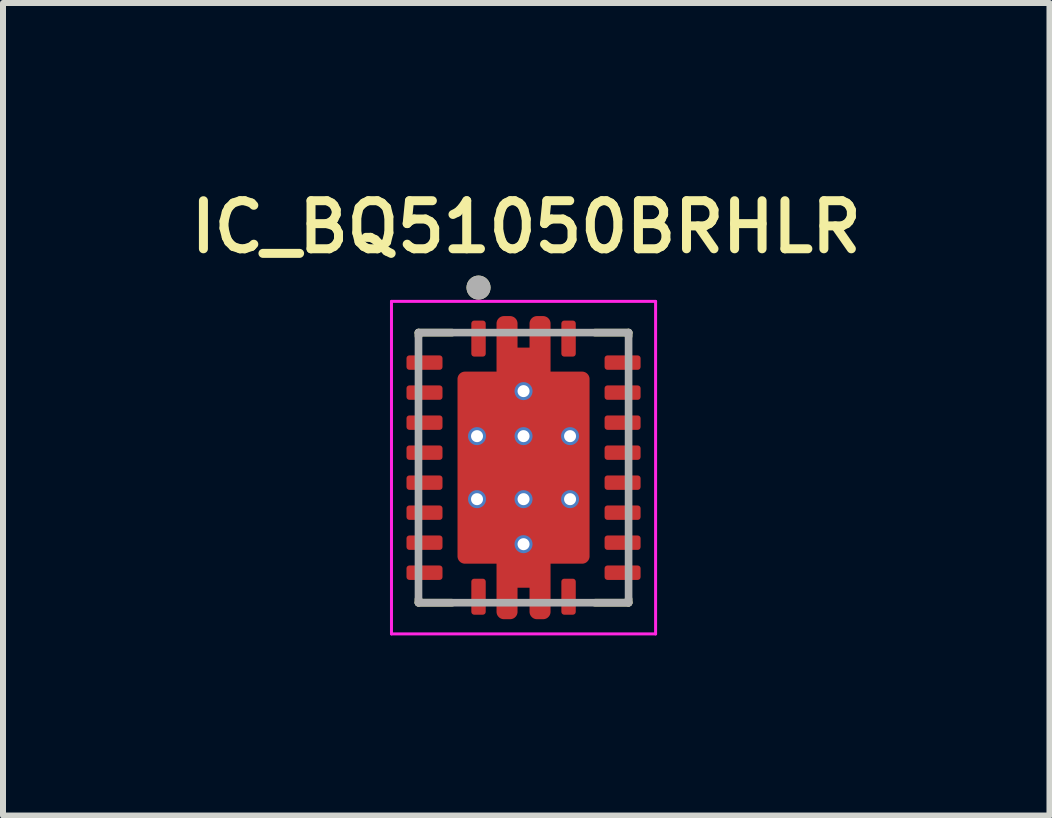
<source format=kicad_pcb>
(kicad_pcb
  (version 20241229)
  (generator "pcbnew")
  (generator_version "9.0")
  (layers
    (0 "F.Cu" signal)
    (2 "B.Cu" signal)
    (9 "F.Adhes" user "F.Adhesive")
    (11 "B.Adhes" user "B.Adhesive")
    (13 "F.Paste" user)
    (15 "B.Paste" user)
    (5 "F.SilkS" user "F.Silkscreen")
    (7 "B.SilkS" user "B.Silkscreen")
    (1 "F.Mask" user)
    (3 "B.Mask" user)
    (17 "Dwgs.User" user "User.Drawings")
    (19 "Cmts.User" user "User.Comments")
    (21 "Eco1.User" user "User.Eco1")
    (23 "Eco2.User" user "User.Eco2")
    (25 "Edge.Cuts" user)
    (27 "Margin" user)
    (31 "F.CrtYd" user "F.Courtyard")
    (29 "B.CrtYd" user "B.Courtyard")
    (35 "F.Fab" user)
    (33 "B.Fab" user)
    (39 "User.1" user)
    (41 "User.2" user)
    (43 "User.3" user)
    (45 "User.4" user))
  (footprint "IC_BQ51050BRHLR"
    (layer "F.Cu")
    (at 5.672 4.741)
    (property "Reference" "IC_BQ51050BRHLR" (at 0.045 -4.009 0) (layer "F.SilkS") (effects (font (size 0.801 0.801) (thickness 0.15))))
    (attr smd)
    (fp_poly (pts (xy -0.375 -1.525) (xy -0.375 -2.4) (xy -0.375 -2.403) (xy -0.375 -2.405) (xy -0.374 -2.408) (xy -0.374 -2.41) (xy -0.373 -2.413) (xy -0.373 -2.415) (xy -0.372 -2.418) (xy -0.371 -2.42) (xy -0.37 -2.423) (xy -0.368 -2.425) (xy -0.367 -2.427) (xy -0.365 -2.429) (xy -0.364 -2.431) (xy -0.362 -2.433) (xy -0.36 -2.435) (xy -0.358 -2.437) (xy -0.356 -2.439) (xy -0.354 -2.44) (xy -0.352 -2.442) (xy -0.35 -2.443) (xy -0.348 -2.445) (xy -0.345 -2.446) (xy -0.343 -2.447) (xy -0.34 -2.448) (xy -0.338 -2.448) (xy -0.335 -2.449) (xy -0.333 -2.449) (xy -0.33 -2.45) (xy -0.328 -2.45) (xy -0.325 -2.45) (xy -0.225 -2.45) (xy -0.222 -2.45) (xy -0.22 -2.45) (xy -0.217 -2.449) (xy -0.215 -2.449) (xy -0.212 -2.448) (xy -0.21 -2.448) (xy -0.207 -2.447) (xy -0.205 -2.446) (xy -0.202 -2.445) (xy -0.2 -2.443) (xy -0.198 -2.442) (xy -0.196 -2.44) (xy -0.194 -2.439) (xy -0.192 -2.437) (xy -0.19 -2.435) (xy -0.188 -2.433) (xy -0.186 -2.431) (xy -0.185 -2.429) (xy -0.183 -2.427) (xy -0.182 -2.425) (xy -0.18 -2.423) (xy -0.179 -2.42) (xy -0.178 -2.418) (xy -0.177 -2.415) (xy -0.177 -2.413) (xy -0.176 -2.41) (xy -0.176 -2.408) (xy -0.175 -2.405) (xy -0.175 -2.403) (xy -0.175 -2.4) (xy -0.175 -1.925) (xy 0.175 -1.925) (xy 0.175 -2.4) (xy 0.175 -2.403) (xy 0.175 -2.405) (xy 0.176 -2.408) (xy 0.176 -2.41) (xy 0.177 -2.413) (xy 0.177 -2.415) (xy 0.178 -2.418) (xy 0.179 -2.42) (xy 0.18 -2.423) (xy 0.182 -2.425) (xy 0.183 -2.427) (xy 0.185 -2.429) (xy 0.186 -2.431) (xy 0.188 -2.433) (xy 0.19 -2.435) (xy 0.192 -2.437) (xy 0.194 -2.439) (xy 0.196 -2.44) (xy 0.198 -2.442) (xy 0.2 -2.443) (xy 0.202 -2.445) (xy 0.205 -2.446) (xy 0.207 -2.447) (xy 0.21 -2.448) (xy 0.212 -2.448) (xy 0.215 -2.449) (xy 0.217 -2.449) (xy 0.22 -2.45) (xy 0.222 -2.45) (xy 0.225 -2.45) (xy 0.325 -2.45) (xy 0.328 -2.45) (xy 0.33 -2.45) (xy 0.333 -2.449) (xy 0.335 -2.449) (xy 0.338 -2.448) (xy 0.34 -2.448) (xy 0.343 -2.447) (xy 0.345 -2.446) (xy 0.348 -2.445) (xy 0.35 -2.443) (xy 0.352 -2.442) (xy 0.354 -2.44) (xy 0.356 -2.439) (xy 0.358 -2.437) (xy 0.36 -2.435) (xy 0.362 -2.433) (xy 0.364 -2.431) (xy 0.365 -2.429) (xy 0.367 -2.427) (xy 0.368 -2.425) (xy 0.37 -2.423) (xy 0.371 -2.42) (xy 0.372 -2.418) (xy 0.373 -2.415) (xy 0.373 -2.413) (xy 0.374 -2.41) (xy 0.374 -2.408) (xy 0.375 -2.405) (xy 0.375 -2.403) (xy 0.375 -2.4) (xy 0.375 -1.525) (xy 0.975 -1.525) (xy 0.978 -1.525) (xy 0.98 -1.525) (xy 0.983 -1.524) (xy 0.985 -1.524) (xy 0.988 -1.523) (xy 0.99 -1.523) (xy 0.993 -1.522) (xy 0.995 -1.521) (xy 0.998 -1.52) (xy 1 -1.518) (xy 1.002 -1.517) (xy 1.004 -1.515) (xy 1.006 -1.514) (xy 1.008 -1.512) (xy 1.01 -1.51) (xy 1.012 -1.508) (xy 1.014 -1.506) (xy 1.015 -1.504) (xy 1.017 -1.502) (xy 1.018 -1.5) (xy 1.02 -1.498) (xy 1.021 -1.495) (xy 1.022 -1.493) (xy 1.023 -1.49) (xy 1.023 -1.488) (xy 1.024 -1.485) (xy 1.024 -1.483) (xy 1.025 -1.48) (xy 1.025 -1.478) (xy 1.025 -1.475) (xy 1.025 1.475) (xy 1.025 1.478) (xy 1.025 1.48) (xy 1.024 1.483) (xy 1.024 1.485) (xy 1.023 1.488) (xy 1.023 1.49) (xy 1.022 1.493) (xy 1.021 1.495) (xy 1.02 1.498) (xy 1.018 1.5) (xy 1.017 1.502) (xy 1.015 1.504) (xy 1.014 1.506) (xy 1.012 1.508) (xy 1.01 1.51) (xy 1.008 1.512) (xy 1.006 1.514) (xy 1.004 1.515) (xy 1.002 1.517) (xy 1 1.518) (xy 0.998 1.52) (xy 0.995 1.521) (xy 0.993 1.522) (xy 0.99 1.523) (xy 0.988 1.523) (xy 0.985 1.524) (xy 0.983 1.524) (xy 0.98 1.525) (xy 0.978 1.525) (xy 0.975 1.525) (xy 0.375 1.525) (xy 0.375 2.4) (xy 0.375 2.403) (xy 0.375 2.405) (xy 0.374 2.408) (xy 0.374 2.41) (xy 0.373 2.413) (xy 0.373 2.415) (xy 0.372 2.418) (xy 0.371 2.42) (xy 0.37 2.423) (xy 0.368 2.425) (xy 0.367 2.427) (xy 0.365 2.429) (xy 0.364 2.431) (xy 0.362 2.433) (xy 0.36 2.435) (xy 0.358 2.437) (xy 0.356 2.439) (xy 0.354 2.44) (xy 0.352 2.442) (xy 0.35 2.443) (xy 0.348 2.445) (xy 0.345 2.446) (xy 0.343 2.447) (xy 0.34 2.448) (xy 0.338 2.448) (xy 0.335 2.449) (xy 0.333 2.449) (xy 0.33 2.45) (xy 0.328 2.45) (xy 0.325 2.45) (xy 0.225 2.45) (xy 0.222 2.45) (xy 0.22 2.45) (xy 0.217 2.449) (xy 0.215 2.449) (xy 0.212 2.448) (xy 0.21 2.448) (xy 0.207 2.447) (xy 0.205 2.446) (xy 0.202 2.445) (xy 0.2 2.443) (xy 0.198 2.442) (xy 0.196 2.44) (xy 0.194 2.439) (xy 0.192 2.437) (xy 0.19 2.435) (xy 0.188 2.433) (xy 0.186 2.431) (xy 0.185 2.429) (xy 0.183 2.427) (xy 0.182 2.425) (xy 0.18 2.423) (xy 0.179 2.42) (xy 0.178 2.418) (xy 0.177 2.415) (xy 0.177 2.413) (xy 0.176 2.41) (xy 0.176 2.408) (xy 0.175 2.405) (xy 0.175 2.403) (xy 0.175 2.4) (xy 0.175 1.925) (xy -0.175 1.925) (xy -0.175 2.4) (xy -0.175 2.403) (xy -0.175 2.405) (xy -0.176 2.408) (xy -0.176 2.41) (xy -0.177 2.413) (xy -0.177 2.415) (xy -0.178 2.418) (xy -0.179 2.42) (xy -0.18 2.423) (xy -0.182 2.425) (xy -0.183 2.427) (xy -0.185 2.429) (xy -0.186 2.431) (xy -0.188 2.433) (xy -0.19 2.435) (xy -0.192 2.437) (xy -0.194 2.439) (xy -0.196 2.44) (xy -0.198 2.442) (xy -0.2 2.443) (xy -0.202 2.445) (xy -0.205 2.446) (xy -0.207 2.447) (xy -0.21 2.448) (xy -0.212 2.448) (xy -0.215 2.449) (xy -0.217 2.449) (xy -0.22 2.45) (xy -0.222 2.45) (xy -0.225 2.45) (xy -0.325 2.45) (xy -0.328 2.45) (xy -0.33 2.45) (xy -0.333 2.449) (xy -0.335 2.449) (xy -0.338 2.448) (xy -0.34 2.448) (xy -0.343 2.447) (xy -0.345 2.446) (xy -0.348 2.445) (xy -0.35 2.443) (xy -0.352 2.442) (xy -0.354 2.44) (xy -0.356 2.439) (xy -0.358 2.437) (xy -0.36 2.435) (xy -0.362 2.433) (xy -0.364 2.431) (xy -0.365 2.429) (xy -0.367 2.427) (xy -0.368 2.425) (xy -0.37 2.423) (xy -0.371 2.42) (xy -0.372 2.418) (xy -0.373 2.415) (xy -0.373 2.413) (xy -0.374 2.41) (xy -0.374 2.408) (xy -0.375 2.405) (xy -0.375 2.403) (xy -0.375 2.4) (xy -0.375 1.525) (xy -0.975 1.525) (xy -0.978 1.525) (xy -0.98 1.525) (xy -0.983 1.524) (xy -0.985 1.524) (xy -0.988 1.523) (xy -0.99 1.523) (xy -0.993 1.522) (xy -0.995 1.521) (xy -0.998 1.52) (xy -1 1.518) (xy -1.002 1.517) (xy -1.004 1.515) (xy -1.006 1.514) (xy -1.008 1.512) (xy -1.01 1.51) (xy -1.012 1.508) (xy -1.014 1.506) (xy -1.015 1.504) (xy -1.017 1.502) (xy -1.018 1.5) (xy -1.02 1.498) (xy -1.021 1.495) (xy -1.022 1.493) (xy -1.023 1.49) (xy -1.023 1.488) (xy -1.024 1.485) (xy -1.024 1.483) (xy -1.025 1.48) (xy -1.025 1.478) (xy -1.025 1.475) (xy -1.025 -1.475) (xy -1.025 -1.478) (xy -1.025 -1.48) (xy -1.024 -1.483) (xy -1.024 -1.485) (xy -1.023 -1.488) (xy -1.023 -1.49) (xy -1.022 -1.493) (xy -1.021 -1.495) (xy -1.02 -1.498) (xy -1.018 -1.5) (xy -1.017 -1.502) (xy -1.015 -1.504) (xy -1.014 -1.506) (xy -1.012 -1.508) (xy -1.01 -1.51) (xy -1.008 -1.512) (xy -1.006 -1.514) (xy -1.004 -1.515) (xy -1.002 -1.517) (xy -1 -1.518) (xy -0.998 -1.52) (xy -0.995 -1.521) (xy -0.993 -1.522) (xy -0.99 -1.523) (xy -0.988 -1.523) (xy -0.985 -1.524) (xy -0.983 -1.524) (xy -0.98 -1.525) (xy -0.978 -1.525) (xy -0.975 -1.525) (xy -0.375 -1.525)) (stroke (width 0.01) (type solid)) (fill yes) (layer "F.Mask"))
    (fp_line (start -1.75 -2.25) (end -1.19 -2.25) (stroke (width 0.127) (type solid)) (layer "F.SilkS"))
    (fp_line (start -1.75 -2.19) (end -1.75 -2.25) (stroke (width 0.127) (type solid)) (layer "F.SilkS"))
    (fp_line (start -1.75 2.19) (end -1.75 2.25) (stroke (width 0.127) (type solid)) (layer "F.SilkS"))
    (fp_line (start -1.75 2.25) (end -1.19 2.25) (stroke (width 0.127) (type solid)) (layer "F.SilkS"))
    (fp_line (start 1.19 -2.25) (end 1.75 -2.25) (stroke (width 0.127) (type solid)) (layer "F.SilkS"))
    (fp_line (start 1.19 2.25) (end 1.75 2.25) (stroke (width 0.127) (type solid)) (layer "F.SilkS"))
    (fp_line (start 1.75 -2.25) (end 1.75 -2.19) (stroke (width 0.127) (type solid)) (layer "F.SilkS"))
    (fp_line (start 1.75 2.25) (end 1.75 2.19) (stroke (width 0.127) (type solid)) (layer "F.SilkS"))
    (fp_circle (center -0.75 -3) (end -0.65 -3) (stroke (width 0.2) (type solid)) (fill no) (layer "F.SilkS"))
    (fp_poly (pts (xy -1.02 -1.475) (xy -0.1 -1.475) (xy -0.1 -0.625) (xy -1.02 -0.625)) (stroke (width 0.01) (type solid)) (fill yes) (layer "F.Paste"))
    (fp_poly (pts (xy -1.02 -0.425) (xy -0.1 -0.425) (xy -0.1 0.425) (xy -1.02 0.425)) (stroke (width 0.01) (type solid)) (fill yes) (layer "F.Paste"))
    (fp_poly (pts (xy -1.02 0.625) (xy -0.1 0.625) (xy -0.1 1.475) (xy -1.02 1.475)) (stroke (width 0.01) (type solid)) (fill yes) (layer "F.Paste"))
    (fp_poly (pts (xy 0.1 -1.475) (xy 1.02 -1.475) (xy 1.02 -0.625) (xy 0.1 -0.625)) (stroke (width 0.01) (type solid)) (fill yes) (layer "F.Paste"))
    (fp_poly (pts (xy 0.1 -0.425) (xy 1.02 -0.425) (xy 1.02 0.425) (xy 0.1 0.425)) (stroke (width 0.01) (type solid)) (fill yes) (layer "F.Paste"))
    (fp_poly (pts (xy 0.1 0.625) (xy 1.02 0.625) (xy 1.02 1.475) (xy 0.1 1.475)) (stroke (width 0.01) (type solid)) (fill yes) (layer "F.Paste"))
    (fp_poly (pts (xy -0.325 1.675) (xy 0.325 1.675) (xy 0.328 1.675) (xy 0.33 1.675) (xy 0.333 1.676) (xy 0.335 1.676) (xy 0.338 1.677) (xy 0.34 1.677) (xy 0.343 1.678) (xy 0.345 1.679) (xy 0.348 1.68) (xy 0.35 1.682) (xy 0.352 1.683) (xy 0.354 1.685) (xy 0.356 1.686) (xy 0.358 1.688) (xy 0.36 1.69) (xy 0.362 1.692) (xy 0.364 1.694) (xy 0.365 1.696) (xy 0.367 1.698) (xy 0.368 1.7) (xy 0.37 1.702) (xy 0.371 1.705) (xy 0.372 1.707) (xy 0.373 1.71) (xy 0.373 1.712) (xy 0.374 1.715) (xy 0.374 1.717) (xy 0.375 1.72) (xy 0.375 1.722) (xy 0.375 1.725) (xy 0.375 2.4) (xy 0.375 2.403) (xy 0.375 2.405) (xy 0.374 2.408) (xy 0.374 2.41) (xy 0.373 2.413) (xy 0.373 2.415) (xy 0.372 2.418) (xy 0.371 2.42) (xy 0.37 2.423) (xy 0.368 2.425) (xy 0.367 2.427) (xy 0.365 2.429) (xy 0.364 2.431) (xy 0.362 2.433) (xy 0.36 2.435) (xy 0.358 2.437) (xy 0.356 2.439) (xy 0.354 2.44) (xy 0.352 2.442) (xy 0.35 2.443) (xy 0.348 2.445) (xy 0.345 2.446) (xy 0.343 2.447) (xy 0.34 2.448) (xy 0.338 2.448) (xy 0.335 2.449) (xy 0.333 2.449) (xy 0.33 2.45) (xy 0.328 2.45) (xy 0.325 2.45) (xy 0.225 2.45) (xy 0.222 2.45) (xy 0.22 2.45) (xy 0.217 2.449) (xy 0.215 2.449) (xy 0.212 2.448) (xy 0.21 2.448) (xy 0.207 2.447) (xy 0.205 2.446) (xy 0.202 2.445) (xy 0.2 2.443) (xy 0.198 2.442) (xy 0.196 2.44) (xy 0.194 2.439) (xy 0.192 2.437) (xy 0.19 2.435) (xy 0.188 2.433) (xy 0.186 2.431) (xy 0.185 2.429) (xy 0.183 2.427) (xy 0.182 2.425) (xy 0.18 2.423) (xy 0.179 2.42) (xy 0.178 2.418) (xy 0.177 2.415) (xy 0.177 2.413) (xy 0.176 2.41) (xy 0.176 2.408) (xy 0.175 2.405) (xy 0.175 2.403) (xy 0.175 2.4) (xy 0.175 1.925) (xy -0.175 1.925) (xy -0.175 2.4) (xy -0.175 2.403) (xy -0.175 2.405) (xy -0.176 2.408) (xy -0.176 2.41) (xy -0.177 2.413) (xy -0.177 2.415) (xy -0.178 2.418) (xy -0.179 2.42) (xy -0.18 2.423) (xy -0.182 2.425) (xy -0.183 2.427) (xy -0.185 2.429) (xy -0.186 2.431) (xy -0.188 2.433) (xy -0.19 2.435) (xy -0.192 2.437) (xy -0.194 2.439) (xy -0.196 2.44) (xy -0.198 2.442) (xy -0.2 2.443) (xy -0.202 2.445) (xy -0.205 2.446) (xy -0.207 2.447) (xy -0.21 2.448) (xy -0.212 2.448) (xy -0.215 2.449) (xy -0.217 2.449) (xy -0.22 2.45) (xy -0.222 2.45) (xy -0.225 2.45) (xy -0.325 2.45) (xy -0.328 2.45) (xy -0.33 2.45) (xy -0.333 2.449) (xy -0.335 2.449) (xy -0.338 2.448) (xy -0.34 2.448) (xy -0.343 2.447) (xy -0.345 2.446) (xy -0.348 2.445) (xy -0.35 2.443) (xy -0.352 2.442) (xy -0.354 2.44) (xy -0.356 2.439) (xy -0.358 2.437) (xy -0.36 2.435) (xy -0.362 2.433) (xy -0.364 2.431) (xy -0.365 2.429) (xy -0.367 2.427) (xy -0.368 2.425) (xy -0.37 2.423) (xy -0.371 2.42) (xy -0.372 2.418) (xy -0.373 2.415) (xy -0.373 2.413) (xy -0.374 2.41) (xy -0.374 2.408) (xy -0.375 2.405) (xy -0.375 2.403) (xy -0.375 2.4) (xy -0.375 1.725) (xy -0.375 1.722) (xy -0.375 1.72) (xy -0.374 1.717) (xy -0.374 1.715) (xy -0.373 1.712) (xy -0.373 1.71) (xy -0.372 1.707) (xy -0.371 1.705) (xy -0.37 1.702) (xy -0.368 1.7) (xy -0.367 1.698) (xy -0.365 1.696) (xy -0.364 1.694) (xy -0.362 1.692) (xy -0.36 1.69) (xy -0.358 1.688) (xy -0.356 1.686) (xy -0.354 1.685) (xy -0.352 1.683) (xy -0.35 1.682) (xy -0.348 1.68) (xy -0.345 1.679) (xy -0.343 1.678) (xy -0.34 1.677) (xy -0.338 1.677) (xy -0.335 1.676) (xy -0.333 1.676) (xy -0.33 1.675) (xy -0.328 1.675) (xy -0.325 1.675)) (stroke (width 0.01) (type solid)) (fill yes) (layer "F.Paste"))
    (fp_poly (pts (xy 0.375 -2.4) (xy 0.375 -1.725) (xy 0.375 -1.722) (xy 0.375 -1.72) (xy 0.374 -1.717) (xy 0.374 -1.715) (xy 0.373 -1.712) (xy 0.373 -1.71) (xy 0.372 -1.707) (xy 0.371 -1.705) (xy 0.37 -1.702) (xy 0.368 -1.7) (xy 0.367 -1.698) (xy 0.365 -1.696) (xy 0.364 -1.694) (xy 0.362 -1.692) (xy 0.36 -1.69) (xy 0.358 -1.688) (xy 0.356 -1.686) (xy 0.354 -1.685) (xy 0.352 -1.683) (xy 0.35 -1.682) (xy 0.348 -1.68) (xy 0.345 -1.679) (xy 0.343 -1.678) (xy 0.34 -1.677) (xy 0.338 -1.677) (xy 0.335 -1.676) (xy 0.333 -1.676) (xy 0.33 -1.675) (xy 0.328 -1.675) (xy 0.325 -1.675) (xy -0.325 -1.675) (xy -0.328 -1.675) (xy -0.33 -1.675) (xy -0.333 -1.676) (xy -0.335 -1.676) (xy -0.338 -1.677) (xy -0.34 -1.677) (xy -0.343 -1.678) (xy -0.345 -1.679) (xy -0.348 -1.68) (xy -0.35 -1.682) (xy -0.352 -1.683) (xy -0.354 -1.685) (xy -0.356 -1.686) (xy -0.358 -1.688) (xy -0.36 -1.69) (xy -0.362 -1.692) (xy -0.364 -1.694) (xy -0.365 -1.696) (xy -0.367 -1.698) (xy -0.368 -1.7) (xy -0.37 -1.702) (xy -0.371 -1.705) (xy -0.372 -1.707) (xy -0.373 -1.71) (xy -0.373 -1.712) (xy -0.374 -1.715) (xy -0.374 -1.717) (xy -0.375 -1.72) (xy -0.375 -1.722) (xy -0.375 -1.725) (xy -0.375 -2.4) (xy -0.375 -2.403) (xy -0.375 -2.405) (xy -0.374 -2.408) (xy -0.374 -2.41) (xy -0.373 -2.413) (xy -0.373 -2.415) (xy -0.372 -2.418) (xy -0.371 -2.42) (xy -0.37 -2.423) (xy -0.368 -2.425) (xy -0.367 -2.427) (xy -0.365 -2.429) (xy -0.364 -2.431) (xy -0.362 -2.433) (xy -0.36 -2.435) (xy -0.358 -2.437) (xy -0.356 -2.439) (xy -0.354 -2.44) (xy -0.352 -2.442) (xy -0.35 -2.443) (xy -0.348 -2.445) (xy -0.345 -2.446) (xy -0.343 -2.447) (xy -0.34 -2.448) (xy -0.338 -2.448) (xy -0.335 -2.449) (xy -0.333 -2.449) (xy -0.33 -2.45) (xy -0.328 -2.45) (xy -0.325 -2.45) (xy -0.225 -2.45) (xy -0.222 -2.45) (xy -0.22 -2.45) (xy -0.217 -2.449) (xy -0.215 -2.449) (xy -0.212 -2.448) (xy -0.21 -2.448) (xy -0.207 -2.447) (xy -0.205 -2.446) (xy -0.202 -2.445) (xy -0.2 -2.443) (xy -0.198 -2.442) (xy -0.196 -2.44) (xy -0.194 -2.439) (xy -0.192 -2.437) (xy -0.19 -2.435) (xy -0.188 -2.433) (xy -0.186 -2.431) (xy -0.185 -2.429) (xy -0.183 -2.427) (xy -0.182 -2.425) (xy -0.18 -2.423) (xy -0.179 -2.42) (xy -0.178 -2.418) (xy -0.177 -2.415) (xy -0.177 -2.413) (xy -0.176 -2.41) (xy -0.176 -2.408) (xy -0.175 -2.405) (xy -0.175 -2.403) (xy -0.175 -2.4) (xy -0.175 -1.925) (xy 0.175 -1.925) (xy 0.175 -2.4) (xy 0.175 -2.403) (xy 0.175 -2.405) (xy 0.176 -2.408) (xy 0.176 -2.41) (xy 0.177 -2.413) (xy 0.177 -2.415) (xy 0.178 -2.418) (xy 0.179 -2.42) (xy 0.18 -2.423) (xy 0.182 -2.425) (xy 0.183 -2.427) (xy 0.185 -2.429) (xy 0.186 -2.431) (xy 0.188 -2.433) (xy 0.19 -2.435) (xy 0.192 -2.437) (xy 0.194 -2.439) (xy 0.196 -2.44) (xy 0.198 -2.442) (xy 0.2 -2.443) (xy 0.202 -2.445) (xy 0.205 -2.446) (xy 0.207 -2.447) (xy 0.21 -2.448) (xy 0.212 -2.448) (xy 0.215 -2.449) (xy 0.217 -2.449) (xy 0.22 -2.45) (xy 0.222 -2.45) (xy 0.225 -2.45) (xy 0.325 -2.45) (xy 0.328 -2.45) (xy 0.33 -2.45) (xy 0.333 -2.449) (xy 0.335 -2.449) (xy 0.338 -2.448) (xy 0.34 -2.448) (xy 0.343 -2.447) (xy 0.345 -2.446) (xy 0.348 -2.445) (xy 0.35 -2.443) (xy 0.352 -2.442) (xy 0.354 -2.44) (xy 0.356 -2.439) (xy 0.358 -2.437) (xy 0.36 -2.435) (xy 0.362 -2.433) (xy 0.364 -2.431) (xy 0.365 -2.429) (xy 0.367 -2.427) (xy 0.368 -2.425) (xy 0.37 -2.423) (xy 0.371 -2.42) (xy 0.372 -2.418) (xy 0.373 -2.415) (xy 0.373 -2.413) (xy 0.374 -2.41) (xy 0.374 -2.408) (xy 0.375 -2.405) (xy 0.375 -2.403) (xy 0.375 -2.4)) (stroke (width 0.01) (type solid)) (fill yes) (layer "F.Paste"))
    (fp_line (start -2.2 -2.77) (end -2.2 2.77) (stroke (width 0.05) (type solid)) (layer "F.CrtYd"))
    (fp_line (start -2.2 2.77) (end 2.2 2.77) (stroke (width 0.05) (type solid)) (layer "F.CrtYd"))
    (fp_line (start 2.2 -2.77) (end -2.2 -2.77) (stroke (width 0.05) (type solid)) (layer "F.CrtYd"))
    (fp_line (start 2.2 2.77) (end 2.2 -2.77) (stroke (width 0.05) (type solid)) (layer "F.CrtYd"))
    (fp_line (start -1.75 -2.25) (end 1.75 -2.25) (stroke (width 0.127) (type solid)) (layer "F.Fab"))
    (fp_line (start -1.75 2.25) (end -1.75 -2.25) (stroke (width 0.127) (type solid)) (layer "F.Fab"))
    (fp_line (start 1.75 -2.25) (end 1.75 2.25) (stroke (width 0.127) (type solid)) (layer "F.Fab"))
    (fp_line (start 1.75 2.25) (end -1.75 2.25) (stroke (width 0.127) (type solid)) (layer "F.Fab"))
    (fp_circle (center -0.75 -3) (end -0.65 -3) (stroke (width 0.2) (type solid)) (fill no) (layer "F.Fab"))
    (pad "1" smd roundrect (at -0.75 -2.15) (size 0.24 0.6) (layers "F.Cu" "F.Mask" "F.Paste") (roundrect_rratio 0.2))
    (pad "2" smd roundrect (at -1.65 -1.75) (size 0.6 0.24) (layers "F.Cu" "F.Mask" "F.Paste") (roundrect_rratio 0.2))
    (pad "3" smd roundrect (at -1.65 -1.25) (size 0.6 0.24) (layers "F.Cu" "F.Mask" "F.Paste") (roundrect_rratio 0.2))
    (pad "4" smd roundrect (at -1.65 -0.75) (size 0.6 0.24) (layers "F.Cu" "F.Mask" "F.Paste") (roundrect_rratio 0.2))
    (pad "5" smd roundrect (at -1.65 -0.25) (size 0.6 0.24) (layers "F.Cu" "F.Mask" "F.Paste") (roundrect_rratio 0.2))
    (pad "6" smd roundrect (at -1.65 0.25) (size 0.6 0.24) (layers "F.Cu" "F.Mask" "F.Paste") (roundrect_rratio 0.2))
    (pad "7" smd roundrect (at -1.65 0.75) (size 0.6 0.24) (layers "F.Cu" "F.Mask" "F.Paste") (roundrect_rratio 0.2))
    (pad "8" smd roundrect (at -1.65 1.25) (size 0.6 0.24) (layers "F.Cu" "F.Mask" "F.Paste") (roundrect_rratio 0.2))
    (pad "9" smd roundrect (at -1.65 1.75) (size 0.6 0.24) (layers "F.Cu" "F.Mask" "F.Paste") (roundrect_rratio 0.2))
    (pad "10" smd roundrect (at -0.75 2.15) (size 0.24 0.6) (layers "F.Cu" "F.Mask" "F.Paste") (roundrect_rratio 0.2))
    (pad "11" smd roundrect (at 0.75 2.15) (size 0.24 0.6) (layers "F.Cu" "F.Mask" "F.Paste") (roundrect_rratio 0.2))
    (pad "12" smd roundrect (at 1.65 1.75) (size 0.6 0.24) (layers "F.Cu" "F.Mask" "F.Paste") (roundrect_rratio 0.2))
    (pad "13" smd roundrect (at 1.65 1.25) (size 0.6 0.24) (layers "F.Cu" "F.Mask" "F.Paste") (roundrect_rratio 0.2))
    (pad "14" smd roundrect (at 1.65 0.75) (size 0.6 0.24) (layers "F.Cu" "F.Mask" "F.Paste") (roundrect_rratio 0.2))
    (pad "15" smd roundrect (at 1.65 0.25) (size 0.6 0.24) (layers "F.Cu" "F.Mask" "F.Paste") (roundrect_rratio 0.2))
    (pad "16" smd roundrect (at 1.65 -0.25) (size 0.6 0.24) (layers "F.Cu" "F.Mask" "F.Paste") (roundrect_rratio 0.2))
    (pad "17" smd roundrect (at 1.65 -0.75) (size 0.6 0.24) (layers "F.Cu" "F.Mask" "F.Paste") (roundrect_rratio 0.2))
    (pad "18" smd roundrect (at 1.65 -1.25) (size 0.6 0.24) (layers "F.Cu" "F.Mask" "F.Paste") (roundrect_rratio 0.2))
    (pad "19" smd roundrect (at 1.65 -1.75) (size 0.6 0.24) (layers "F.Cu" "F.Mask" "F.Paste") (roundrect_rratio 0.2))
    (pad "20" smd roundrect (at 0.75 -2.15) (size 0.24 0.6) (layers "F.Cu" "F.Mask" "F.Paste") (roundrect_rratio 0.2))
    (pad "21" smd custom (at 0 0) (size 2.05 3.05) (layers "F.Cu") (options (anchor rect)) (primitives (gr_poly (pts (xy -0.445 -1.595) (xy -0.445 -2.4) (xy -0.445 -2.406) (xy -0.444 -2.413) (xy -0.444 -2.419) (xy -0.442 -2.425) (xy -0.441 -2.431) (xy -0.439 -2.437) (xy -0.437 -2.443) (xy -0.435 -2.449) (xy -0.432 -2.454) (xy -0.429 -2.46) (xy -0.426 -2.465) (xy -0.422 -2.471) (xy -0.418 -2.476) (xy -0.414 -2.48) (xy -0.41 -2.485) (xy -0.405 -2.489) (xy -0.401 -2.493) (xy -0.396 -2.497) (xy -0.39 -2.501) (xy -0.385 -2.504) (xy -0.379 -2.507) (xy -0.374 -2.51) (xy -0.368 -2.512) (xy -0.362 -2.514) (xy -0.356 -2.516) (xy -0.35 -2.517) (xy -0.344 -2.519) (xy -0.338 -2.519) (xy -0.331 -2.52) (xy -0.325 -2.52) (xy -0.225 -2.52) (xy -0.219 -2.52) (xy -0.212 -2.519) (xy -0.206 -2.519) (xy -0.2 -2.517) (xy -0.194 -2.516) (xy -0.188 -2.514) (xy -0.182 -2.512) (xy -0.176 -2.51) (xy -0.171 -2.507) (xy -0.165 -2.504) (xy -0.16 -2.501) (xy -0.154 -2.497) (xy -0.149 -2.493) (xy -0.145 -2.489) (xy -0.14 -2.485) (xy -0.136 -2.48) (xy -0.132 -2.476) (xy -0.128 -2.471) (xy -0.124 -2.465) (xy -0.121 -2.46) (xy -0.118 -2.454) (xy -0.115 -2.449) (xy -0.113 -2.443) (xy -0.111 -2.437) (xy -0.109 -2.431) (xy -0.108 -2.425) (xy -0.106 -2.419) (xy -0.106 -2.413) (xy -0.105 -2.406) (xy -0.105 -2.4) (xy -0.105 -1.995) (xy 0.105 -1.995) (xy 0.105 -2.4) (xy 0.105 -2.406) (xy 0.106 -2.413) (xy 0.106 -2.419) (xy 0.108 -2.425) (xy 0.109 -2.431) (xy 0.111 -2.437) (xy 0.113 -2.443) (xy 0.115 -2.449) (xy 0.118 -2.454) (xy 0.121 -2.46) (xy 0.124 -2.465) (xy 0.128 -2.471) (xy 0.132 -2.476) (xy 0.136 -2.48) (xy 0.14 -2.485) (xy 0.145 -2.489) (xy 0.149 -2.493) (xy 0.154 -2.497) (xy 0.16 -2.501) (xy 0.165 -2.504) (xy 0.171 -2.507) (xy 0.176 -2.51) (xy 0.182 -2.512) (xy 0.188 -2.514) (xy 0.194 -2.516) (xy 0.2 -2.517) (xy 0.206 -2.519) (xy 0.212 -2.519) (xy 0.219 -2.52) (xy 0.225 -2.52) (xy 0.325 -2.52) (xy 0.331 -2.52) (xy 0.338 -2.519) (xy 0.344 -2.519) (xy 0.35 -2.517) (xy 0.356 -2.516) (xy 0.362 -2.514) (xy 0.368 -2.512) (xy 0.374 -2.51) (xy 0.379 -2.507) (xy 0.385 -2.504) (xy 0.39 -2.501) (xy 0.396 -2.497) (xy 0.401 -2.493) (xy 0.405 -2.489) (xy 0.41 -2.485) (xy 0.414 -2.48) (xy 0.418 -2.476) (xy 0.422 -2.471) (xy 0.426 -2.465) (xy 0.429 -2.46) (xy 0.432 -2.454) (xy 0.435 -2.449) (xy 0.437 -2.443) (xy 0.439 -2.437) (xy 0.441 -2.431) (xy 0.442 -2.425) (xy 0.444 -2.419) (xy 0.444 -2.413) (xy 0.445 -2.406) (xy 0.445 -2.4) (xy 0.445 -1.595) (xy 0.975 -1.595) (xy 0.981 -1.595) (xy 0.988 -1.594) (xy 0.994 -1.594) (xy 1 -1.592) (xy 1.006 -1.591) (xy 1.012 -1.589) (xy 1.018 -1.587) (xy 1.024 -1.585) (xy 1.029 -1.582) (xy 1.035 -1.579) (xy 1.04 -1.576) (xy 1.046 -1.572) (xy 1.051 -1.568) (xy 1.055 -1.564) (xy 1.06 -1.56) (xy 1.064 -1.555) (xy 1.068 -1.551) (xy 1.072 -1.546) (xy 1.076 -1.54) (xy 1.079 -1.535) (xy 1.082 -1.529) (xy 1.085 -1.524) (xy 1.087 -1.518) (xy 1.089 -1.512) (xy 1.091 -1.506) (xy 1.092 -1.5) (xy 1.094 -1.494) (xy 1.094 -1.488) (xy 1.095 -1.481) (xy 1.095 -1.475) (xy 1.095 1.475) (xy 1.095 1.481) (xy 1.094 1.488) (xy 1.094 1.494) (xy 1.092 1.5) (xy 1.091 1.506) (xy 1.089 1.512) (xy 1.087 1.518) (xy 1.085 1.524) (xy 1.082 1.529) (xy 1.079 1.535) (xy 1.076 1.54) (xy 1.072 1.546) (xy 1.068 1.551) (xy 1.064 1.555) (xy 1.06 1.56) (xy 1.055 1.564) (xy 1.051 1.568) (xy 1.046 1.572) (xy 1.04 1.576) (xy 1.035 1.579) (xy 1.029 1.582) (xy 1.024 1.585) (xy 1.018 1.587) (xy 1.012 1.589) (xy 1.006 1.591) (xy 1 1.592) (xy 0.994 1.594) (xy 0.988 1.594) (xy 0.981 1.595) (xy 0.975 1.595) (xy 0.445 1.595) (xy 0.445 2.4) (xy 0.445 2.406) (xy 0.444 2.413) (xy 0.444 2.419) (xy 0.442 2.425) (xy 0.441 2.431) (xy 0.439 2.437) (xy 0.437 2.443) (xy 0.435 2.449) (xy 0.432 2.454) (xy 0.429 2.46) (xy 0.426 2.465) (xy 0.422 2.471) (xy 0.418 2.476) (xy 0.414 2.48) (xy 0.41 2.485) (xy 0.405 2.489) (xy 0.401 2.493) (xy 0.396 2.497) (xy 0.39 2.501) (xy 0.385 2.504) (xy 0.379 2.507) (xy 0.374 2.51) (xy 0.368 2.512) (xy 0.362 2.514) (xy 0.356 2.516) (xy 0.35 2.517) (xy 0.344 2.519) (xy 0.338 2.519) (xy 0.331 2.52) (xy 0.325 2.52) (xy 0.225 2.52) (xy 0.219 2.52) (xy 0.212 2.519) (xy 0.206 2.519) (xy 0.2 2.517) (xy 0.194 2.516) (xy 0.188 2.514) (xy 0.182 2.512) (xy 0.176 2.51) (xy 0.171 2.507) (xy 0.165 2.504) (xy 0.16 2.501) (xy 0.154 2.497) (xy 0.149 2.493) (xy 0.145 2.489) (xy 0.14 2.485) (xy 0.136 2.48) (xy 0.132 2.476) (xy 0.128 2.471) (xy 0.124 2.465) (xy 0.121 2.46) (xy 0.118 2.454) (xy 0.115 2.449) (xy 0.113 2.443) (xy 0.111 2.437) (xy 0.109 2.431) (xy 0.108 2.425) (xy 0.106 2.419) (xy 0.106 2.413) (xy 0.105 2.406) (xy 0.105 2.4) (xy 0.105 1.995) (xy -0.105 1.995) (xy -0.105 2.4) (xy -0.105 2.406) (xy -0.106 2.413) (xy -0.106 2.419) (xy -0.108 2.425) (xy -0.109 2.431) (xy -0.111 2.437) (xy -0.113 2.443) (xy -0.115 2.449) (xy -0.118 2.454) (xy -0.121 2.46) (xy -0.124 2.465) (xy -0.128 2.471) (xy -0.132 2.476) (xy -0.136 2.48) (xy -0.14 2.485) (xy -0.145 2.489) (xy -0.149 2.493) (xy -0.154 2.497) (xy -0.16 2.501) (xy -0.165 2.504) (xy -0.171 2.507) (xy -0.176 2.51) (xy -0.182 2.512) (xy -0.188 2.514) (xy -0.194 2.516) (xy -0.2 2.517) (xy -0.206 2.519) (xy -0.212 2.519) (xy -0.219 2.52) (xy -0.225 2.52) (xy -0.325 2.52) (xy -0.331 2.52) (xy -0.338 2.519) (xy -0.344 2.519) (xy -0.35 2.517) (xy -0.356 2.516) (xy -0.362 2.514) (xy -0.368 2.512) (xy -0.374 2.51) (xy -0.379 2.507) (xy -0.385 2.504) (xy -0.39 2.501) (xy -0.396 2.497) (xy -0.401 2.493) (xy -0.405 2.489) (xy -0.41 2.485) (xy -0.414 2.48) (xy -0.418 2.476) (xy -0.422 2.471) (xy -0.426 2.465) (xy -0.429 2.46) (xy -0.432 2.454) (xy -0.435 2.449) (xy -0.437 2.443) (xy -0.439 2.437) (xy -0.441 2.431) (xy -0.442 2.425) (xy -0.444 2.419) (xy -0.444 2.413) (xy -0.445 2.406) (xy -0.445 2.4) (xy -0.445 1.595) (xy -0.975 1.595) (xy -0.981 1.595) (xy -0.988 1.594) (xy -0.994 1.594) (xy -1 1.592) (xy -1.006 1.591) (xy -1.012 1.589) (xy -1.018 1.587) (xy -1.024 1.585) (xy -1.029 1.582) (xy -1.035 1.579) (xy -1.04 1.576) (xy -1.046 1.572) (xy -1.051 1.568) (xy -1.055 1.564) (xy -1.06 1.56) (xy -1.064 1.555) (xy -1.068 1.551) (xy -1.072 1.546) (xy -1.076 1.54) (xy -1.079 1.535) (xy -1.082 1.529) (xy -1.085 1.524) (xy -1.087 1.518) (xy -1.089 1.512) (xy -1.091 1.506) (xy -1.092 1.5) (xy -1.094 1.494) (xy -1.094 1.488) (xy -1.095 1.481) (xy -1.095 1.475) (xy -1.095 -1.475) (xy -1.095 -1.481) (xy -1.094 -1.488) (xy -1.094 -1.494) (xy -1.092 -1.5) (xy -1.091 -1.506) (xy -1.089 -1.512) (xy -1.087 -1.518) (xy -1.085 -1.524) (xy -1.082 -1.529) (xy -1.079 -1.535) (xy -1.076 -1.54) (xy -1.072 -1.546) (xy -1.068 -1.551) (xy -1.064 -1.555) (xy -1.06 -1.56) (xy -1.055 -1.564) (xy -1.051 -1.568) (xy -1.046 -1.572) (xy -1.04 -1.576) (xy -1.035 -1.579) (xy -1.029 -1.582) (xy -1.024 -1.585) (xy -1.018 -1.587) (xy -1.012 -1.589) (xy -1.006 -1.591) (xy -1 -1.592) (xy -0.994 -1.594) (xy -0.988 -1.594) (xy -0.981 -1.595) (xy -0.975 -1.595) (xy -0.445 -1.595)) (width 0.01) (fill yes))))
    (pad "22" thru_hole circle (at 0 -1.275) (size 0.3 0.3) (drill 0.2) (layers "*.Cu"))
    (pad "23" thru_hole circle (at -0.775 -0.525) (size 0.3 0.3) (drill 0.2) (layers "*.Cu"))
    (pad "24" thru_hole circle (at 0 -0.525) (size 0.3 0.3) (drill 0.2) (layers "*.Cu"))
    (pad "25" thru_hole circle (at 0.775 -0.525) (size 0.3 0.3) (drill 0.2) (layers "*.Cu"))
    (pad "26" thru_hole circle (at -0.775 0.525) (size 0.3 0.3) (drill 0.2) (layers "*.Cu"))
    (pad "27" thru_hole circle (at 0 0.525) (size 0.3 0.3) (drill 0.2) (layers "*.Cu"))
    (pad "28" thru_hole circle (at 0.775 0.525) (size 0.3 0.3) (drill 0.2) (layers "*.Cu"))
    (pad "29" thru_hole circle (at 0 1.275) (size 0.3 0.3) (drill 0.2) (layers "*.Cu")))
  (gr_rect
    (start -3 -3)
    (end 14.434 10.536)
    (stroke (width 0.1) (type default))
    (fill no)
    (layer "Edge.Cuts")))
</source>
